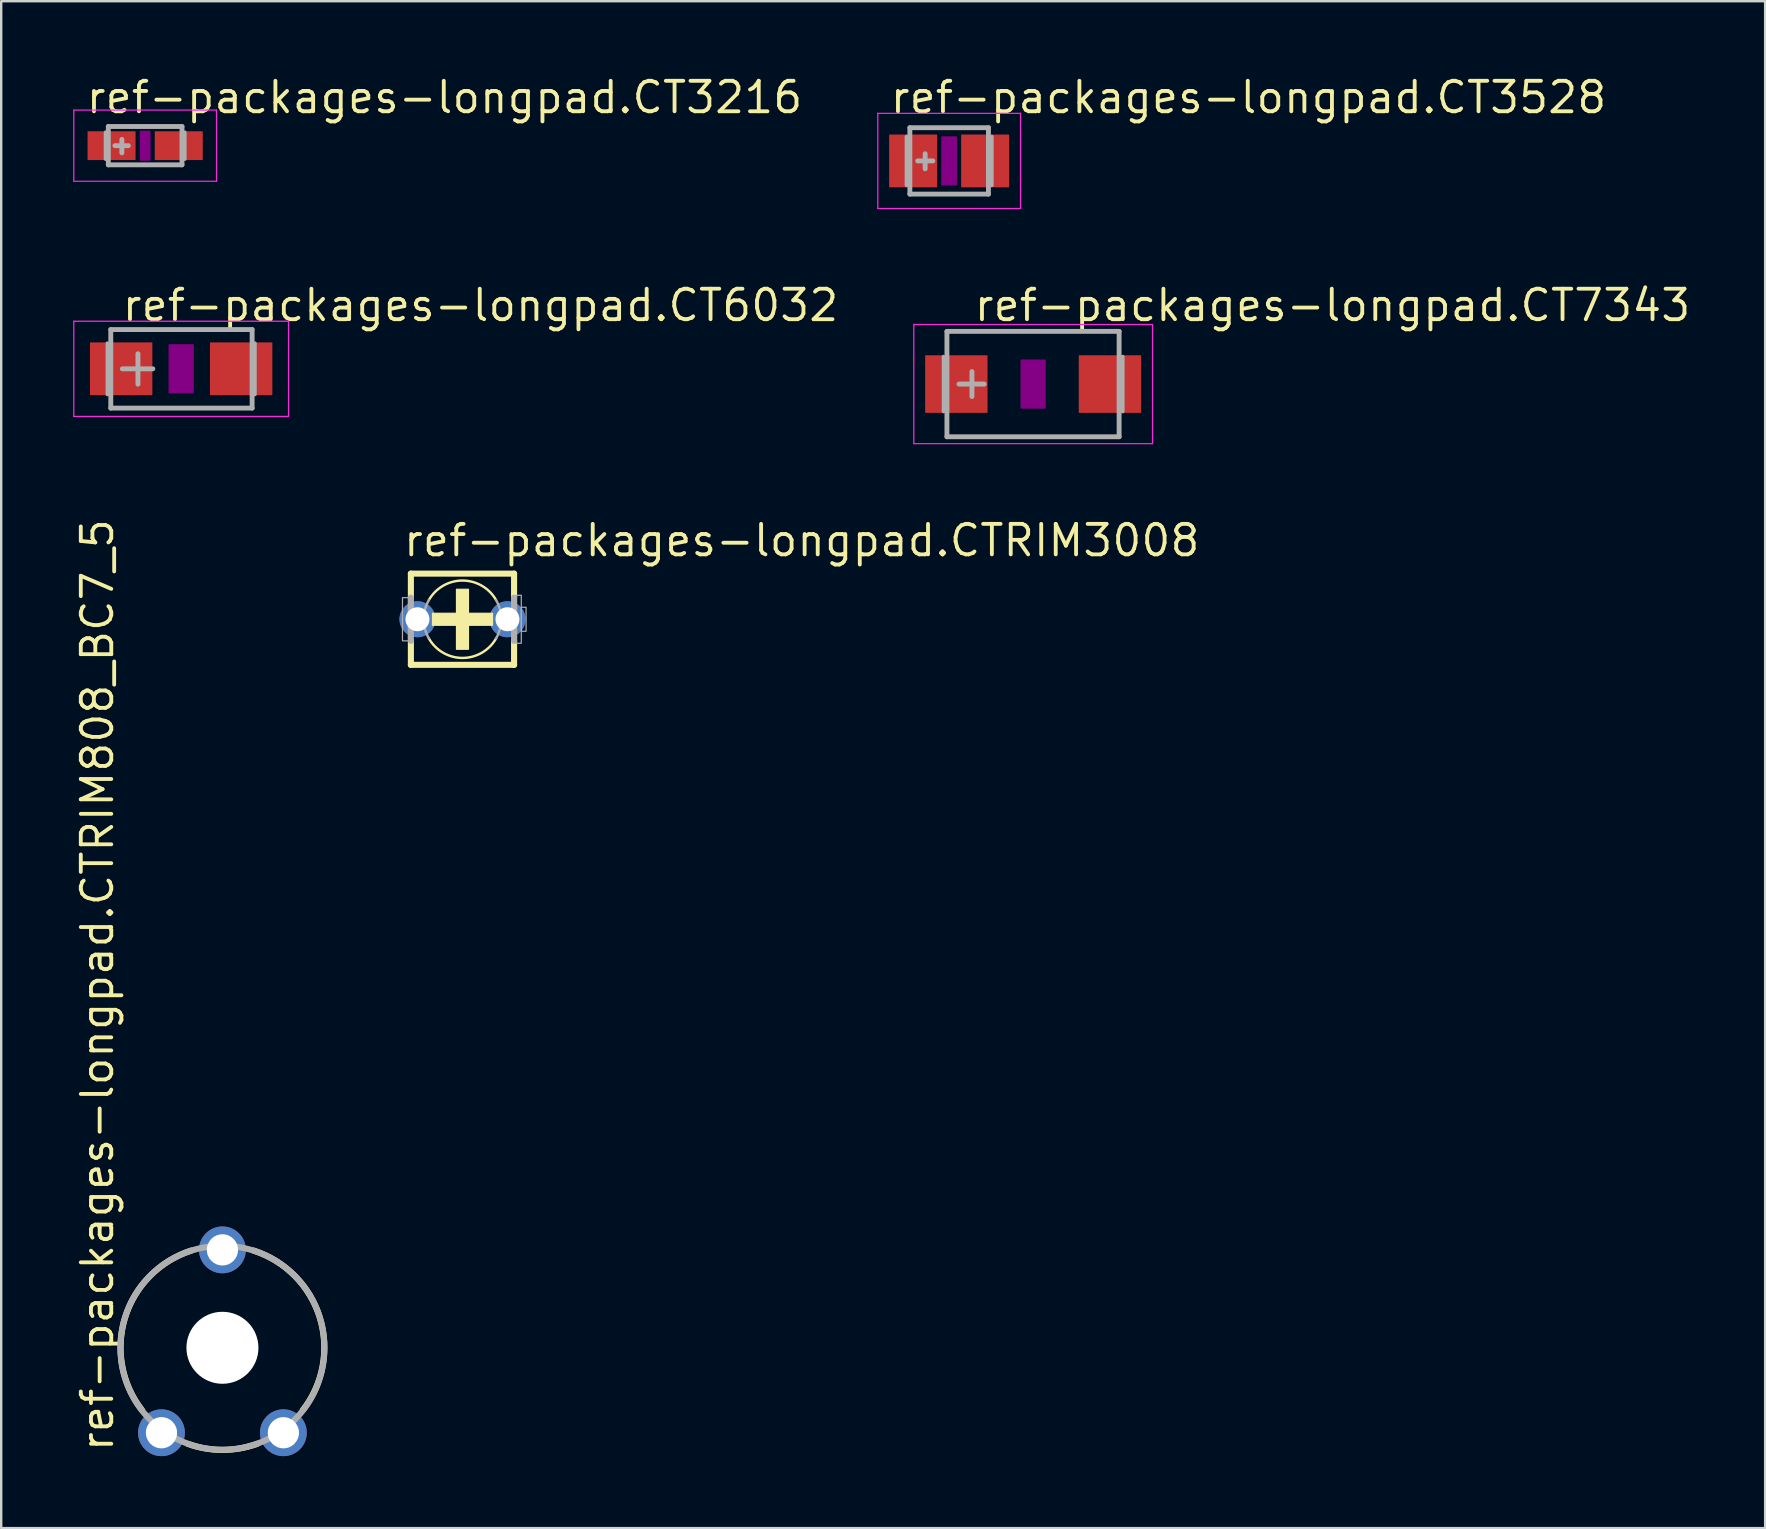
<source format=kicad_pcb>
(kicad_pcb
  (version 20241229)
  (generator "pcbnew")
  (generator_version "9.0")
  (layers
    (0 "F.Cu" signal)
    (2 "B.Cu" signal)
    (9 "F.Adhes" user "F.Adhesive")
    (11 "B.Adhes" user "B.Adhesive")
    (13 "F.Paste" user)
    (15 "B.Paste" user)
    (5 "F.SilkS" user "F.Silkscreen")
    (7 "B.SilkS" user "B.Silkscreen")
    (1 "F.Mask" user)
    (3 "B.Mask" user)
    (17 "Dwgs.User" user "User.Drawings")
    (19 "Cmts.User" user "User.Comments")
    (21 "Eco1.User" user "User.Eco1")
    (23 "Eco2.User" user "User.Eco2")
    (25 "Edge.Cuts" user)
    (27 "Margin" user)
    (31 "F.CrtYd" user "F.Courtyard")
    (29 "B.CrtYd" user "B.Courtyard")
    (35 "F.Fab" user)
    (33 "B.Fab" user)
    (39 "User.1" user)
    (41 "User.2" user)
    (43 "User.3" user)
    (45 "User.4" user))
  (footprint "ref-packages-longpad.CTRIM3008"
    (layer "F.Cu")
    (at 16.22 22.752)
    (property "Reference" "ref-packages-longpad.CTRIM3008" (at -2.54 -2.54 0) (layer "F.SilkS") (effects (font (size 1.27 1.27) (thickness 0.16)) (justify left bottom)))
    (attr through_hole)
    (fp_line (start -2.15 -1.9) (end 2.15 -1.9) (stroke (width 0.254) (type default)) (layer "F.SilkS"))
    (fp_line (start -2.15 -0.9) (end -2.15 -1.9) (stroke (width 0.254) (type default)) (layer "F.SilkS"))
    (fp_line (start -2.15 1.9) (end -2.15 0.9) (stroke (width 0.254) (type default)) (layer "F.SilkS"))
    (fp_line (start 2.15 -1.9) (end 2.15 -0.9) (stroke (width 0.254) (type default)) (layer "F.SilkS"))
    (fp_line (start 2.15 0.9) (end 2.15 1.9) (stroke (width 0.254) (type default)) (layer "F.SilkS"))
    (fp_line (start 2.15 1.9) (end -2.15 1.9) (stroke (width 0.254) (type default)) (layer "F.SilkS"))
    (fp_rect (start -1.25 0.25) (end 1.25 -0.25) (stroke (width 0.05) (type default)) (fill yes) (layer "F.SilkS"))
    (fp_rect (start -0.25 1.25) (end 0.25 -1.25) (stroke (width 0.05) (type default)) (fill yes) (layer "F.SilkS"))
    (fp_arc (start -1.4 -0.8) (mid 0 -1.612452) (end 1.4 -0.8) (stroke (width 0.1016) (type default)) (layer "F.SilkS"))
    (fp_arc (start 1.4 0.8) (mid 0 1.612452) (end -1.4 0.8) (stroke (width 0.1016) (type default)) (layer "F.SilkS"))
    (fp_line (start -2.15 0.9) (end -2.15 -0.9) (stroke (width 0.254) (type default)) (layer "F.Fab"))
    (fp_line (start 2.15 -0.9) (end 2.15 0.9) (stroke (width 0.254) (type default)) (layer "F.Fab"))
    (fp_rect (start -2.5 0.9) (end -2.25 -0.9) (stroke (width 0.05) (type default)) (fill no) (layer "F.Fab"))
    (fp_rect (start 2.25 1) (end 2.45 -1) (stroke (width 0.05) (type default)) (fill no) (layer "F.Fab"))
    (fp_rect (start 2.45 0.5) (end 2.65 -0.5) (stroke (width 0.05) (type default)) (fill no) (layer "F.Fab"))
    (fp_arc (start -1.4 0.8) (mid -1.612452 0) (end -1.4 -0.8) (stroke (width 0.1016) (type default)) (layer "F.Fab"))
    (fp_arc (start 1.4 -0.8) (mid 1.612452 0) (end 1.4 0.8) (stroke (width 0.1016) (type default)) (layer "F.Fab"))
    (pad "+" thru_hole circle (at -1.875 0) (size 1.5 1.5) (drill 1) (layers "*.Cu" "*.Mask"))
    (pad "-" thru_hole circle (at 1.875 0) (size 1.5 1.5) (drill 1) (layers "*.Cu" "*.Mask")))
  (footprint "ref-packages-longpad.CTRIM808_BC7_5"
    (layer "F.Cu")
    (at 6.218 54.108)
    (property "Reference" "ref-packages-longpad.CTRIM808_BC7_5" (at -4.468 3.406 90) (layer "F.SilkS") (effects (font (size 1.27 1.27) (thickness 0.16)) (justify left bottom)))
    (attr through_hole)
    (fp_rect (start -1.219 -0.695) (end 1.219 -1.305) (stroke (width 0.05) (type default)) (fill yes) (layer "F.SilkS"))
    (fp_arc (start -3.35 1.6) (mid -4.057247 -2.259001) (end -1.3 -5.05) (stroke (width 0.254) (type default)) (layer "F.SilkS"))
    (fp_arc (start 1.3 -5.05) (mid 4.057247 -2.259001) (end 3.35 1.6) (stroke (width 0.254) (type default)) (layer "F.SilkS"))
    (fp_arc (start 1.45 3) (mid 0 3.254703) (end -1.45 3) (stroke (width 0.254) (type default)) (layer "F.SilkS"))
    (fp_circle (center 0 -1) (end 1.271 -1) (stroke (width 0.152) (type default)) (fill no) (layer "F.SilkS"))
    (fp_circle (center 0 -1) (end 4.25 -1) (stroke (width 0.254) (type default)) (fill no) (layer "F.Fab"))
    (pad "" np_thru_hole circle (at 0 -1) (size 3 3) (drill 3) (layers "*.Cu" "*.Mask"))
    (pad "1" thru_hole circle (at -2.54 2.54) (size 1.95 1.95) (drill 1.3) (layers "*.Cu" "*.Mask"))
    (pad "2" thru_hole circle (at 0 -5.08) (size 1.95 1.95) (drill 1.3) (layers "*.Cu" "*.Mask"))
    (pad "3" thru_hole circle (at 2.54 2.54) (size 1.95 1.95) (drill 1.3) (layers "*.Cu" "*.Mask")))
  (footprint "ref-packages-longpad.CT3528"
    (layer "F.Cu")
    (at 36.498 3.655)
    (property "Reference" "ref-packages-longpad.CT3528" (at -2.54 -1.905 0) (layer "F.SilkS") (effects (font (size 1.27 1.27) (thickness 0.16)) (justify left bottom)))
    (attr smd)
    (fp_rect (start -0.3 1) (end 0.3 -1) (stroke (width 0.05) (type default)) (fill yes) (layer "F.Adhes"))
    (fp_line (start -2.973 -1.983) (end 2.973 -1.983) (stroke (width 0.051) (type default)) (layer "F.CrtYd"))
    (fp_line (start -2.973 1.983) (end -2.973 -1.983) (stroke (width 0.051) (type default)) (layer "F.CrtYd"))
    (fp_line (start 2.973 -1.983) (end 2.973 1.983) (stroke (width 0.051) (type default)) (layer "F.CrtYd"))
    (fp_line (start 2.973 1.983) (end -2.973 1.983) (stroke (width 0.051) (type default)) (layer "F.CrtYd"))
    (fp_line (start -1.778 -1.016) (end -1.778 1.016) (stroke (width 0.152) (type default)) (layer "F.Fab"))
    (fp_line (start -1.637 1.383) (end -1.637 -1.383) (stroke (width 0.203) (type default)) (layer "F.Fab"))
    (fp_line (start -1 -0.3) (end -1 0.33) (stroke (width 0.203) (type default)) (layer "F.Fab"))
    (fp_line (start -0.68 0) (end -1.31 0) (stroke (width 0.203) (type default)) (layer "F.Fab"))
    (fp_line (start 1.637 -1.383) (end -1.637 -1.383) (stroke (width 0.203) (type default)) (layer "F.Fab"))
    (fp_line (start 1.637 1.383) (end -1.637 1.383) (stroke (width 0.203) (type default)) (layer "F.Fab"))
    (fp_line (start 1.637 1.383) (end 1.637 -1.383) (stroke (width 0.203) (type default)) (layer "F.Fab"))
    (fp_line (start 1.778 -1.016) (end 1.778 1.016) (stroke (width 0.152) (type default)) (layer "F.Fab"))
    (pad "+" smd roundrect (at -1.5 0) (size 2 2.2) (layers "F.Cu" "F.Mask" "F.Paste") (roundrect_rratio 0.01))
    (pad "-" smd roundrect (at 1.5 0) (size 2 2.2) (layers "F.Cu" "F.Mask" "F.Paste") (roundrect_rratio 0.01)))
  (footprint "ref-packages-longpad.CT7343"
    (layer "F.Cu")
    (at 39.998 12.953)
    (property "Reference" "ref-packages-longpad.CT7343" (at -2.54 -2.54 0) (layer "F.SilkS") (effects (font (size 1.27 1.27) (thickness 0.16)) (justify left bottom)))
    (attr smd)
    (fp_rect (start -0.5 1) (end 0.5 -1) (stroke (width 0.05) (type default)) (fill yes) (layer "F.Adhes"))
    (fp_line (start -4.973 -2.483) (end 4.973 -2.483) (stroke (width 0.051) (type default)) (layer "F.CrtYd"))
    (fp_line (start -4.973 2.483) (end -4.973 -2.483) (stroke (width 0.051) (type default)) (layer "F.CrtYd"))
    (fp_line (start 4.973 -2.483) (end 4.973 2.483) (stroke (width 0.051) (type default)) (layer "F.CrtYd"))
    (fp_line (start 4.973 2.483) (end -4.973 2.483) (stroke (width 0.051) (type default)) (layer "F.CrtYd"))
    (fp_line (start -3.734 -1.143) (end -3.734 1.143) (stroke (width 0.152) (type default)) (layer "F.Fab"))
    (fp_line (start -3.592 2.195) (end -3.592 -2.195) (stroke (width 0.203) (type default)) (layer "F.Fab"))
    (fp_line (start -2.55 -0.52) (end -2.55 0.52) (stroke (width 0.203) (type default)) (layer "F.Fab"))
    (fp_line (start -2.04 0) (end -3.09 0) (stroke (width 0.203) (type default)) (layer "F.Fab"))
    (fp_line (start 3.582 -2.195) (end -3.592 -2.195) (stroke (width 0.203) (type default)) (layer "F.Fab"))
    (fp_line (start 3.582 2.195) (end -3.592 2.195) (stroke (width 0.203) (type default)) (layer "F.Fab"))
    (fp_line (start 3.582 2.195) (end 3.582 -2.195) (stroke (width 0.203) (type default)) (layer "F.Fab"))
    (fp_line (start 3.734 -1.143) (end 3.734 1.143) (stroke (width 0.152) (type default)) (layer "F.Fab"))
    (pad "+" smd roundrect (at -3.2 0) (size 2.6 2.4) (layers "F.Cu" "F.Mask" "F.Paste") (roundrect_rratio 0.01))
    (pad "-" smd roundrect (at 3.2 0) (size 2.6 2.4) (layers "F.Cu" "F.Mask" "F.Paste") (roundrect_rratio 0.01)))
  (footprint "ref-packages-longpad.CT6032"
    (layer "F.Cu")
    (at 4.498 12.318)
    (property "Reference" "ref-packages-longpad.CT6032" (at -2.54 -1.905 0) (layer "F.SilkS") (effects (font (size 1.27 1.27) (thickness 0.16)) (justify left bottom)))
    (attr smd)
    (fp_rect (start -0.5 1) (end 0.5 -1) (stroke (width 0.05) (type default)) (fill yes) (layer "F.Adhes"))
    (fp_line (start -4.473 -1.983) (end 4.473 -1.983) (stroke (width 0.051) (type default)) (layer "F.CrtYd"))
    (fp_line (start -4.473 1.983) (end -4.473 -1.983) (stroke (width 0.051) (type default)) (layer "F.CrtYd"))
    (fp_line (start 4.473 -1.983) (end 4.473 1.983) (stroke (width 0.051) (type default)) (layer "F.CrtYd"))
    (fp_line (start 4.473 1.983) (end -4.473 1.983) (stroke (width 0.051) (type default)) (layer "F.CrtYd"))
    (fp_line (start -3.073 -1.067) (end -3.073 1.067) (stroke (width 0.152) (type default)) (layer "F.Fab"))
    (fp_line (start -2.932 1.637) (end -2.932 -1.637) (stroke (width 0.203) (type default)) (layer "F.Fab"))
    (fp_line (start -1.8 -0.63) (end -1.8 0.64) (stroke (width 0.203) (type default)) (layer "F.Fab"))
    (fp_line (start -1.18 0) (end -2.45 0) (stroke (width 0.203) (type default)) (layer "F.Fab"))
    (fp_line (start 2.957 -1.637) (end -2.932 -1.637) (stroke (width 0.203) (type default)) (layer "F.Fab"))
    (fp_line (start 2.957 1.637) (end -2.932 1.637) (stroke (width 0.203) (type default)) (layer "F.Fab"))
    (fp_line (start 2.957 1.637) (end 2.957 -1.637) (stroke (width 0.203) (type default)) (layer "F.Fab"))
    (fp_line (start 3.073 -1.067) (end 3.073 1.067) (stroke (width 0.152) (type default)) (layer "F.Fab"))
    (pad "+" smd roundrect (at -2.5 0) (size 2.6 2.2) (layers "F.Cu" "F.Mask" "F.Paste") (roundrect_rratio 0.01))
    (pad "-" smd roundrect (at 2.5 0) (size 2.6 2.2) (layers "F.Cu" "F.Mask" "F.Paste") (roundrect_rratio 0.01)))
  (footprint "ref-packages-longpad.CT3216"
    (layer "F.Cu")
    (at 2.998 3.02)
    (property "Reference" "ref-packages-longpad.CT3216" (at -2.54 -1.27 0) (layer "F.SilkS") (effects (font (size 1.27 1.27) (thickness 0.16)) (justify left bottom)))
    (attr smd)
    (fp_rect (start -0.2 0.6) (end 0.2 -0.6) (stroke (width 0.05) (type default)) (fill yes) (layer "F.Adhes"))
    (fp_line (start -2.973 -1.483) (end 2.973 -1.483) (stroke (width 0.051) (type default)) (layer "F.CrtYd"))
    (fp_line (start -2.973 1.483) (end -2.973 -1.483) (stroke (width 0.051) (type default)) (layer "F.CrtYd"))
    (fp_line (start 2.973 -1.483) (end 2.973 1.483) (stroke (width 0.051) (type default)) (layer "F.CrtYd"))
    (fp_line (start 2.973 1.483) (end -2.973 1.483) (stroke (width 0.051) (type default)) (layer "F.CrtYd"))
    (fp_line (start -1.651 -0.559) (end -1.651 0.559) (stroke (width 0.152) (type default)) (layer "F.Fab"))
    (fp_line (start -1.535 -0.798) (end -1.535 0.798) (stroke (width 0.203) (type default)) (layer "F.Fab"))
    (fp_line (start -1.535 0.798) (end 1.535 0.798) (stroke (width 0.203) (type default)) (layer "F.Fab"))
    (fp_line (start -0.97 -0.26) (end -0.97 0.3) (stroke (width 0.203) (type default)) (layer "F.Fab"))
    (fp_line (start -0.7 0) (end -1.26 0) (stroke (width 0.203) (type default)) (layer "F.Fab"))
    (fp_line (start 1.535 -0.798) (end -1.535 -0.798) (stroke (width 0.203) (type default)) (layer "F.Fab"))
    (fp_line (start 1.535 0.798) (end 1.535 -0.798) (stroke (width 0.203) (type default)) (layer "F.Fab"))
    (fp_line (start 1.651 -0.559) (end 1.651 0.559) (stroke (width 0.152) (type default)) (layer "F.Fab"))
    (pad "+" smd roundrect (at -1.4 0) (size 2 1.2) (layers "F.Cu" "F.Mask" "F.Paste") (roundrect_rratio 0.01))
    (pad "-" smd roundrect (at 1.4 0) (size 2 1.2) (layers "F.Cu" "F.Mask" "F.Paste") (roundrect_rratio 0.01)))
  (gr_rect
    (start -3 -3)
    (end 70.498 60.623)
    (stroke (width 0.1) (type default))
    (fill no)
    (layer "Edge.Cuts")))
</source>
